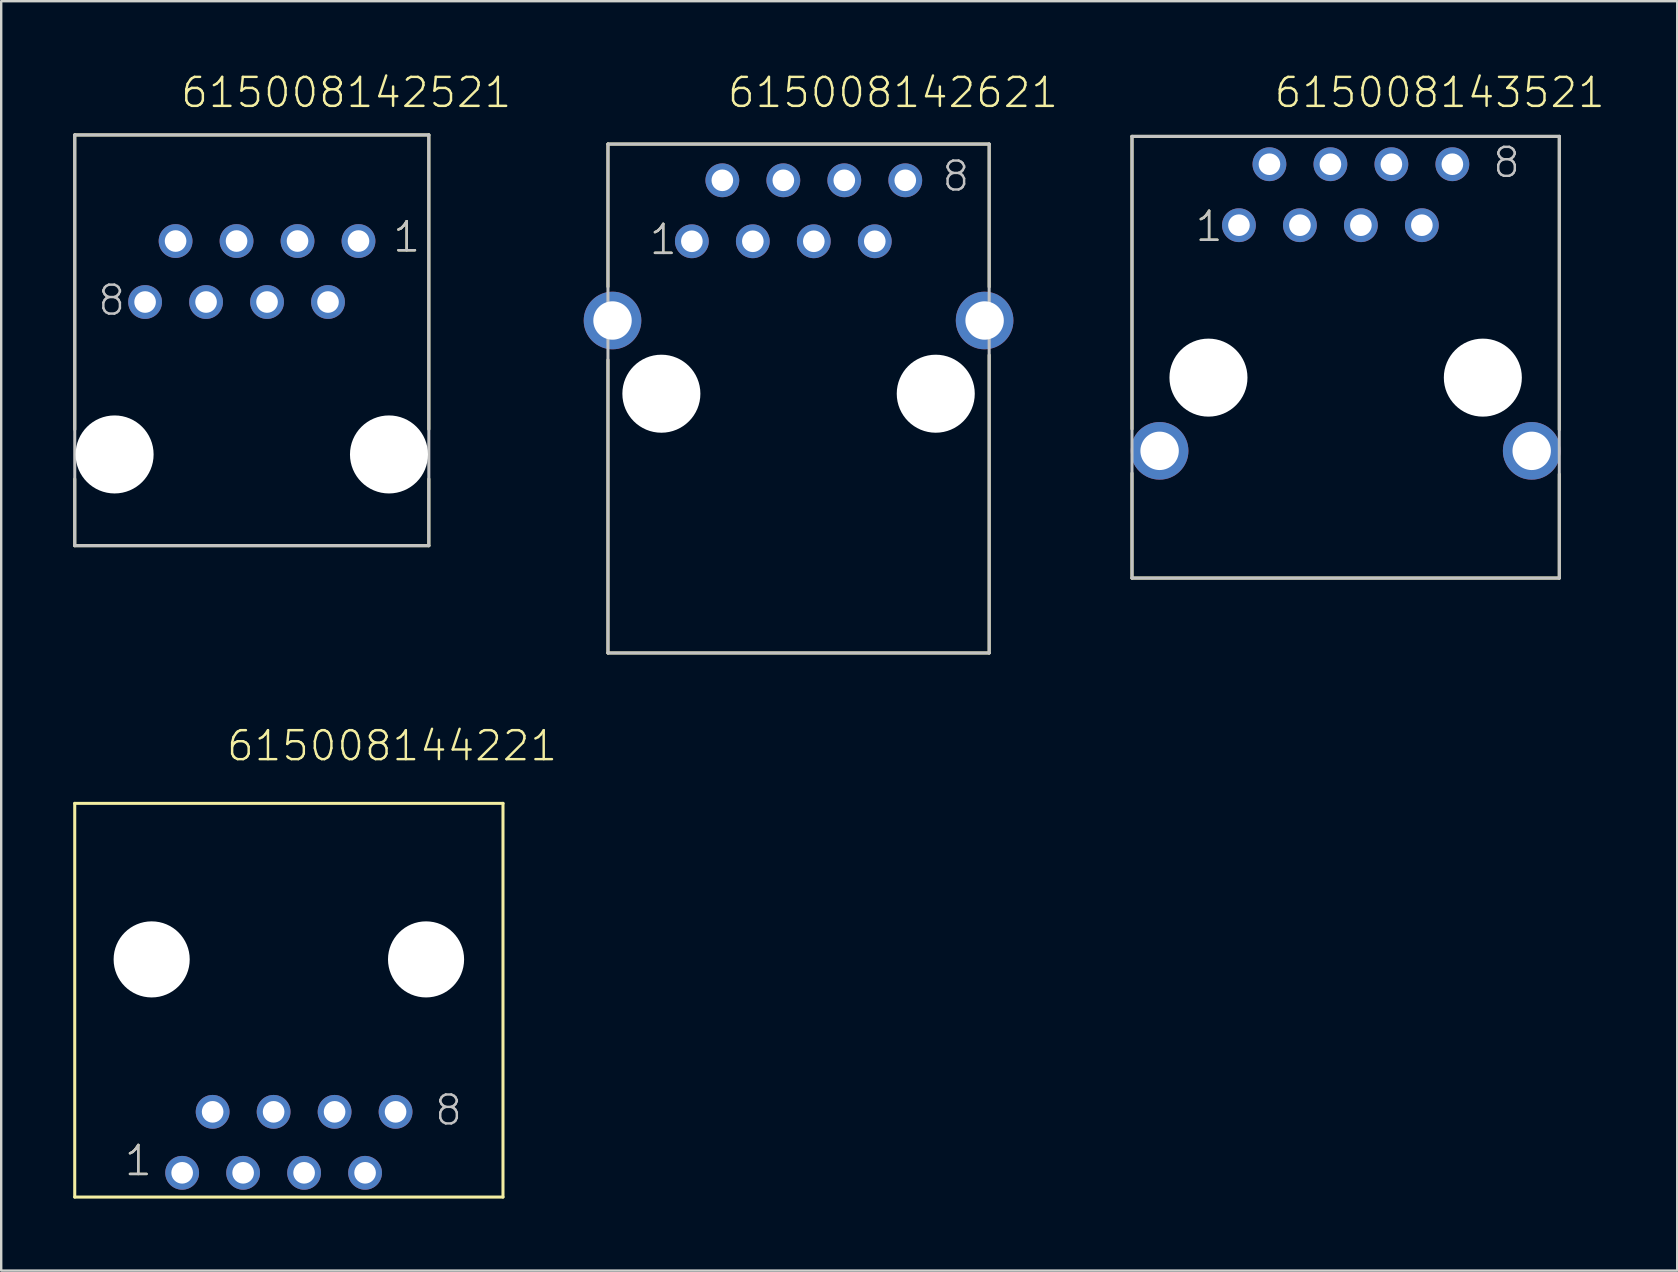
<source format=kicad_pcb>
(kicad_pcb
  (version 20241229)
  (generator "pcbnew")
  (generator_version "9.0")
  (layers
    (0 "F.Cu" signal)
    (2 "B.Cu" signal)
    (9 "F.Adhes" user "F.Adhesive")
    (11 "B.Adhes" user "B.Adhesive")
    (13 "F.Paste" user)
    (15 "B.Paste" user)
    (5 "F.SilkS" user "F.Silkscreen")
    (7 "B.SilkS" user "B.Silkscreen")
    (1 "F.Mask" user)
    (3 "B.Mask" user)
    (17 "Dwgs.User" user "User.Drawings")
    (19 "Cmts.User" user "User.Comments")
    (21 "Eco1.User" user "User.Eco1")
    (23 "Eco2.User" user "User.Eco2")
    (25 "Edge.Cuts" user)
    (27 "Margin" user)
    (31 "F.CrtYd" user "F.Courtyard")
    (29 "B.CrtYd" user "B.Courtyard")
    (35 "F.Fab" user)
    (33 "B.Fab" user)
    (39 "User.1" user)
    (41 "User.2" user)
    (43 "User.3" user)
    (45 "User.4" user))
  (footprint "615008144221"
    (layer "F.Cu")
    (at 8.983 44.536)
    (property "Reference" "615008144221" (at -2.66 -15.81 0) (layer "F.SilkS") (effects (font (size 1.206 1.206) (thickness 0.102)) (justify left bottom)))
    (attr through_hole)
    (fp_line (start -8.92 -14.12) (end 8.92 -14.12) (stroke (width 0.127) (type solid)) (layer "F.SilkS"))
    (fp_line (start -8.92 2.28) (end -8.92 -14.12) (stroke (width 0.127) (type solid)) (layer "F.SilkS"))
    (fp_line (start 8.92 -14.12) (end 8.92 2.28) (stroke (width 0.127) (type solid)) (layer "F.SilkS"))
    (fp_line (start 8.92 2.28) (end -8.92 2.28) (stroke (width 0.127) (type solid)) (layer "F.SilkS"))
    (fp_text user "1" (at -6.915 1.47 0) (layer "F.SilkS") (effects (font (size 1.206 1.206) (thickness 0.102)) (justify left bottom)))
    (fp_text user "8" (at 6.01 -0.635 0) (layer "Dwgs.User") (effects (font (size 1.206 1.206) (thickness 0.102)) (justify left bottom)))
    (fp_text user "1" (at -6.915 1.47 0) (layer "Dwgs.User") (effects (font (size 1.206 1.206) (thickness 0.102)) (justify left bottom)))
    (pad "" np_thru_hole circle (at -5.715 -7.62) (size 3.17 3.17) (drill 3.17) (layers "*.Cu"))
    (pad "" np_thru_hole circle (at 5.715 -7.62) (size 3.17 3.17) (drill 3.17) (layers "*.Cu"))
    (pad "1" thru_hole circle (at -4.445 1.27 180) (size 1.408 1.408) (drill 0.9) (layers "*.Cu" "*.Mask"))
    (pad "2" thru_hole circle (at -3.175 -1.27 180) (size 1.408 1.408) (drill 0.9) (layers "*.Cu" "*.Mask"))
    (pad "3" thru_hole circle (at -1.905 1.27 180) (size 1.408 1.408) (drill 0.9) (layers "*.Cu" "*.Mask"))
    (pad "4" thru_hole circle (at -0.635 -1.27 180) (size 1.408 1.408) (drill 0.9) (layers "*.Cu" "*.Mask"))
    (pad "5" thru_hole circle (at 0.635 1.27 180) (size 1.408 1.408) (drill 0.9) (layers "*.Cu" "*.Mask"))
    (pad "6" thru_hole circle (at 1.905 -1.27 180) (size 1.408 1.408) (drill 0.9) (layers "*.Cu" "*.Mask"))
    (pad "7" thru_hole circle (at 3.175 1.27 180) (size 1.408 1.408) (drill 0.9) (layers "*.Cu" "*.Mask"))
    (pad "8" thru_hole circle (at 4.445 -1.27 180) (size 1.408 1.408) (drill 0.9) (layers "*.Cu" "*.Mask")))
  (footprint "615008142521"
    (layer "F.Cu")
    (at 7.439 8.261)
    (property "Reference" "615008142521" (at -3.025 -6.75 0) (layer "F.SilkS") (effects (font (size 1.206 1.206) (thickness 0.102)) (justify left bottom)))
    (attr through_hole)
    (fp_line (start -7.375 -5.69) (end 7.375 -5.69) (stroke (width 0.127) (type solid)) (layer "F.SilkS"))
    (fp_line (start -7.375 6.58) (end -7.375 -5.69) (stroke (width 0.127) (type solid)) (layer "F.SilkS"))
    (fp_line (start -7.375 8.64) (end -7.375 11.42) (stroke (width 0.127) (type solid)) (layer "F.SilkS"))
    (fp_line (start 7.375 6.57) (end 7.375 -5.69) (stroke (width 0.127) (type solid)) (layer "F.SilkS"))
    (fp_line (start 7.375 8.64) (end 7.375 11.42) (stroke (width 0.127) (type solid)) (layer "F.SilkS"))
    (fp_line (start 7.375 11.42) (end -7.375 11.42) (stroke (width 0.127) (type solid)) (layer "F.SilkS"))
    (fp_line (start -7.375 -5.69) (end 7.375 -5.69) (stroke (width 0.127) (type solid)) (layer "Dwgs.User"))
    (fp_line (start -7.375 11.42) (end -7.375 -5.69) (stroke (width 0.127) (type solid)) (layer "Dwgs.User"))
    (fp_line (start 7.375 -5.69) (end 7.375 11.42) (stroke (width 0.127) (type solid)) (layer "Dwgs.User"))
    (fp_line (start 7.375 11.42) (end -7.375 11.42) (stroke (width 0.127) (type solid)) (layer "Dwgs.User"))
    (fp_text user "1" (at 5.81 -0.735 0) (layer "F.SilkS") (effects (font (size 1.206 1.206) (thickness 0.102)) (justify left bottom)))
    (fp_text user "8" (at -6.48 1.905 0) (layer "Dwgs.User") (effects (font (size 1.206 1.206) (thickness 0.102)) (justify left bottom)))
    (fp_text user "1" (at 5.81 -0.735 0) (layer "Dwgs.User") (effects (font (size 1.206 1.206) (thickness 0.102)) (justify left bottom)))
    (pad "" np_thru_hole circle (at -5.715 7.62) (size 3.25 3.25) (drill 3.25) (layers "*.Cu"))
    (pad "" np_thru_hole circle (at 5.715 7.62) (size 3.25 3.25) (drill 3.25) (layers "*.Cu"))
    (pad "1" thru_hole circle (at 4.445 -1.27) (size 1.408 1.408) (drill 0.9) (layers "*.Cu" "*.Mask"))
    (pad "2" thru_hole circle (at 3.175 1.27) (size 1.408 1.408) (drill 0.9) (layers "*.Cu" "*.Mask"))
    (pad "3" thru_hole circle (at 1.905 -1.27) (size 1.408 1.408) (drill 0.9) (layers "*.Cu" "*.Mask"))
    (pad "4" thru_hole circle (at 0.635 1.27) (size 1.408 1.408) (drill 0.9) (layers "*.Cu" "*.Mask"))
    (pad "5" thru_hole circle (at -0.635 -1.27) (size 1.408 1.408) (drill 0.9) (layers "*.Cu" "*.Mask"))
    (pad "6" thru_hole circle (at -1.905 1.27) (size 1.408 1.408) (drill 0.9) (layers "*.Cu" "*.Mask"))
    (pad "7" thru_hole circle (at -3.175 -1.27) (size 1.408 1.408) (drill 0.9) (layers "*.Cu" "*.Mask"))
    (pad "8" thru_hole circle (at -4.445 1.27) (size 1.408 1.408) (drill 0.9) (layers "*.Cu" "*.Mask")))
  (footprint "615008142621"
    (layer "F.Cu")
    (at 30.216 5.731)
    (property "Reference" "615008142621" (at -3.025 -4.22 0) (layer "F.SilkS") (effects (font (size 1.206 1.206) (thickness 0.102)) (justify left bottom)))
    (attr through_hole)
    (fp_line (start -7.94 -2.78) (end 7.94 -2.78) (stroke (width 0.127) (type solid)) (layer "F.SilkS"))
    (fp_line (start -7.94 3.16) (end -7.94 -2.78) (stroke (width 0.127) (type solid)) (layer "F.SilkS"))
    (fp_line (start -7.94 6.21) (end -7.94 18.42) (stroke (width 0.127) (type solid)) (layer "F.SilkS"))
    (fp_line (start -7.94 18.42) (end 7.94 18.42) (stroke (width 0.127) (type solid)) (layer "F.SilkS"))
    (fp_line (start 7.94 -2.78) (end 7.94 3.17) (stroke (width 0.127) (type solid)) (layer "F.SilkS"))
    (fp_line (start 7.94 18.42) (end 7.94 6.01) (stroke (width 0.127) (type solid)) (layer "F.SilkS"))
    (fp_line (start -7.94 -2.78) (end 7.94 -2.78) (stroke (width 0.127) (type solid)) (layer "Dwgs.User"))
    (fp_line (start -7.94 18.42) (end -7.94 -2.78) (stroke (width 0.127) (type solid)) (layer "Dwgs.User"))
    (fp_line (start 7.94 -2.78) (end 7.94 18.42) (stroke (width 0.127) (type solid)) (layer "Dwgs.User"))
    (fp_line (start 7.94 18.42) (end -7.94 18.42) (stroke (width 0.127) (type solid)) (layer "Dwgs.User"))
    (fp_text user "1" (at -6.28 1.905 0) (layer "F.SilkS") (effects (font (size 1.206 1.206) (thickness 0.102)) (justify left bottom)))
    (fp_text user "8" (at 5.91 -0.735 0) (layer "Dwgs.User") (effects (font (size 1.206 1.206) (thickness 0.102)) (justify left bottom)))
    (fp_text user "1" (at -6.28 1.905 0) (layer "Dwgs.User") (effects (font (size 1.206 1.206) (thickness 0.102)) (justify left bottom)))
    (pad "" np_thru_hole circle (at -5.715 7.62) (size 3.25 3.25) (drill 3.25) (layers "*.Cu"))
    (pad "" np_thru_hole circle (at 5.715 7.62) (size 3.25 3.25) (drill 3.25) (layers "*.Cu"))
    (pad "1" thru_hole circle (at -4.445 1.27) (size 1.408 1.408) (drill 0.9) (layers "*.Cu" "*.Mask"))
    (pad "2" thru_hole circle (at -3.175 -1.27) (size 1.408 1.408) (drill 0.9) (layers "*.Cu" "*.Mask"))
    (pad "3" thru_hole circle (at -1.905 1.27) (size 1.408 1.408) (drill 0.9) (layers "*.Cu" "*.Mask"))
    (pad "4" thru_hole circle (at -0.635 -1.27) (size 1.408 1.408) (drill 0.9) (layers "*.Cu" "*.Mask"))
    (pad "5" thru_hole circle (at 0.635 1.27) (size 1.408 1.408) (drill 0.9) (layers "*.Cu" "*.Mask"))
    (pad "6" thru_hole circle (at 1.905 -1.27) (size 1.408 1.408) (drill 0.9) (layers "*.Cu" "*.Mask"))
    (pad "7" thru_hole circle (at 3.175 1.27) (size 1.408 1.408) (drill 0.9) (layers "*.Cu" "*.Mask"))
    (pad "8" thru_hole circle (at 4.445 -1.27) (size 1.408 1.408) (drill 0.9) (layers "*.Cu" "*.Mask"))
    (pad "SHEL" thru_hole circle (at -7.75 4.57) (size 2.4 2.4) (drill 1.6) (layers "*.Cu" "*.Mask"))
    (pad "SHEL" thru_hole circle (at 7.75 4.57) (size 2.4 2.4) (drill 1.6) (layers "*.Cu" "*.Mask")))
  (footprint "615008143521"
    (layer "F.Cu")
    (at 53.006 12.681)
    (property "Reference" "615008143521" (at -3.04 -11.17 0) (layer "F.SilkS") (effects (font (size 1.206 1.206) (thickness 0.102)) (justify left bottom)))
    (attr through_hole)
    (fp_line (start -8.9 -10.05) (end 8.9 -10.05) (stroke (width 0.127) (type solid)) (layer "F.SilkS"))
    (fp_line (start -8.9 2.14) (end -8.9 -10.05) (stroke (width 0.127) (type solid)) (layer "F.SilkS"))
    (fp_line (start -8.9 3.98) (end -8.9 8.35) (stroke (width 0.127) (type solid)) (layer "F.SilkS"))
    (fp_line (start -8.9 8.35) (end 8.9 8.35) (stroke (width 0.127) (type solid)) (layer "F.SilkS"))
    (fp_line (start 8.9 -10.05) (end 8.9 2.17) (stroke (width 0.127) (type solid)) (layer "F.SilkS"))
    (fp_line (start 8.9 8.35) (end 8.9 4.02) (stroke (width 0.127) (type solid)) (layer "F.SilkS"))
    (fp_line (start -8.9 -10.05) (end 8.9 -10.05) (stroke (width 0.127) (type solid)) (layer "Dwgs.User"))
    (fp_line (start -8.9 8.35) (end -8.9 -10.05) (stroke (width 0.127) (type solid)) (layer "Dwgs.User"))
    (fp_line (start 8.9 -10.05) (end 8.9 8.35) (stroke (width 0.127) (type solid)) (layer "Dwgs.User"))
    (fp_line (start 8.9 8.35) (end -8.9 8.35) (stroke (width 0.127) (type solid)) (layer "Dwgs.User"))
    (fp_text user "1" (at -6.33 -5.59 0) (layer "F.SilkS") (effects (font (size 1.206 1.206) (thickness 0.102)) (justify left bottom)))
    (fp_text user "1" (at -6.33 -5.59 0) (layer "Dwgs.User") (effects (font (size 1.206 1.206) (thickness 0.102)) (justify left bottom)))
    (fp_text user "8" (at 6.06 -8.255 0) (layer "Dwgs.User") (effects (font (size 1.206 1.206) (thickness 0.102)) (justify left bottom)))
    (pad "" np_thru_hole circle (at -5.715 0) (size 3.25 3.25) (drill 3.25) (layers "*.Cu"))
    (pad "" np_thru_hole circle (at 5.715 0) (size 3.25 3.25) (drill 3.25) (layers "*.Cu"))
    (pad "1" thru_hole circle (at -4.445 -6.35) (size 1.408 1.408) (drill 0.9) (layers "*.Cu" "*.Mask"))
    (pad "2" thru_hole circle (at -3.175 -8.89) (size 1.408 1.408) (drill 0.9) (layers "*.Cu" "*.Mask"))
    (pad "3" thru_hole circle (at -1.905 -6.35) (size 1.408 1.408) (drill 0.9) (layers "*.Cu" "*.Mask"))
    (pad "4" thru_hole circle (at -0.635 -8.89) (size 1.408 1.408) (drill 0.9) (layers "*.Cu" "*.Mask"))
    (pad "5" thru_hole circle (at 0.635 -6.35) (size 1.408 1.408) (drill 0.9) (layers "*.Cu" "*.Mask"))
    (pad "6" thru_hole circle (at 1.905 -8.89) (size 1.408 1.408) (drill 0.9) (layers "*.Cu" "*.Mask"))
    (pad "7" thru_hole circle (at 3.175 -6.35) (size 1.408 1.408) (drill 0.9) (layers "*.Cu" "*.Mask"))
    (pad "8" thru_hole circle (at 4.445 -8.89) (size 1.408 1.408) (drill 0.9) (layers "*.Cu" "*.Mask"))
    (pad "SHEL" thru_hole circle (at -7.75 3.05) (size 2.4 2.4) (drill 1.6) (layers "*.Cu" "*.Mask"))
    (pad "SHEL" thru_hole circle (at 7.75 3.05) (size 2.4 2.4) (drill 1.6) (layers "*.Cu" "*.Mask")))
  (gr_rect
    (start -3 -3)
    (end 66.818 49.88)
    (stroke (width 0.1) (type default))
    (fill no)
    (layer "Edge.Cuts")))
</source>
